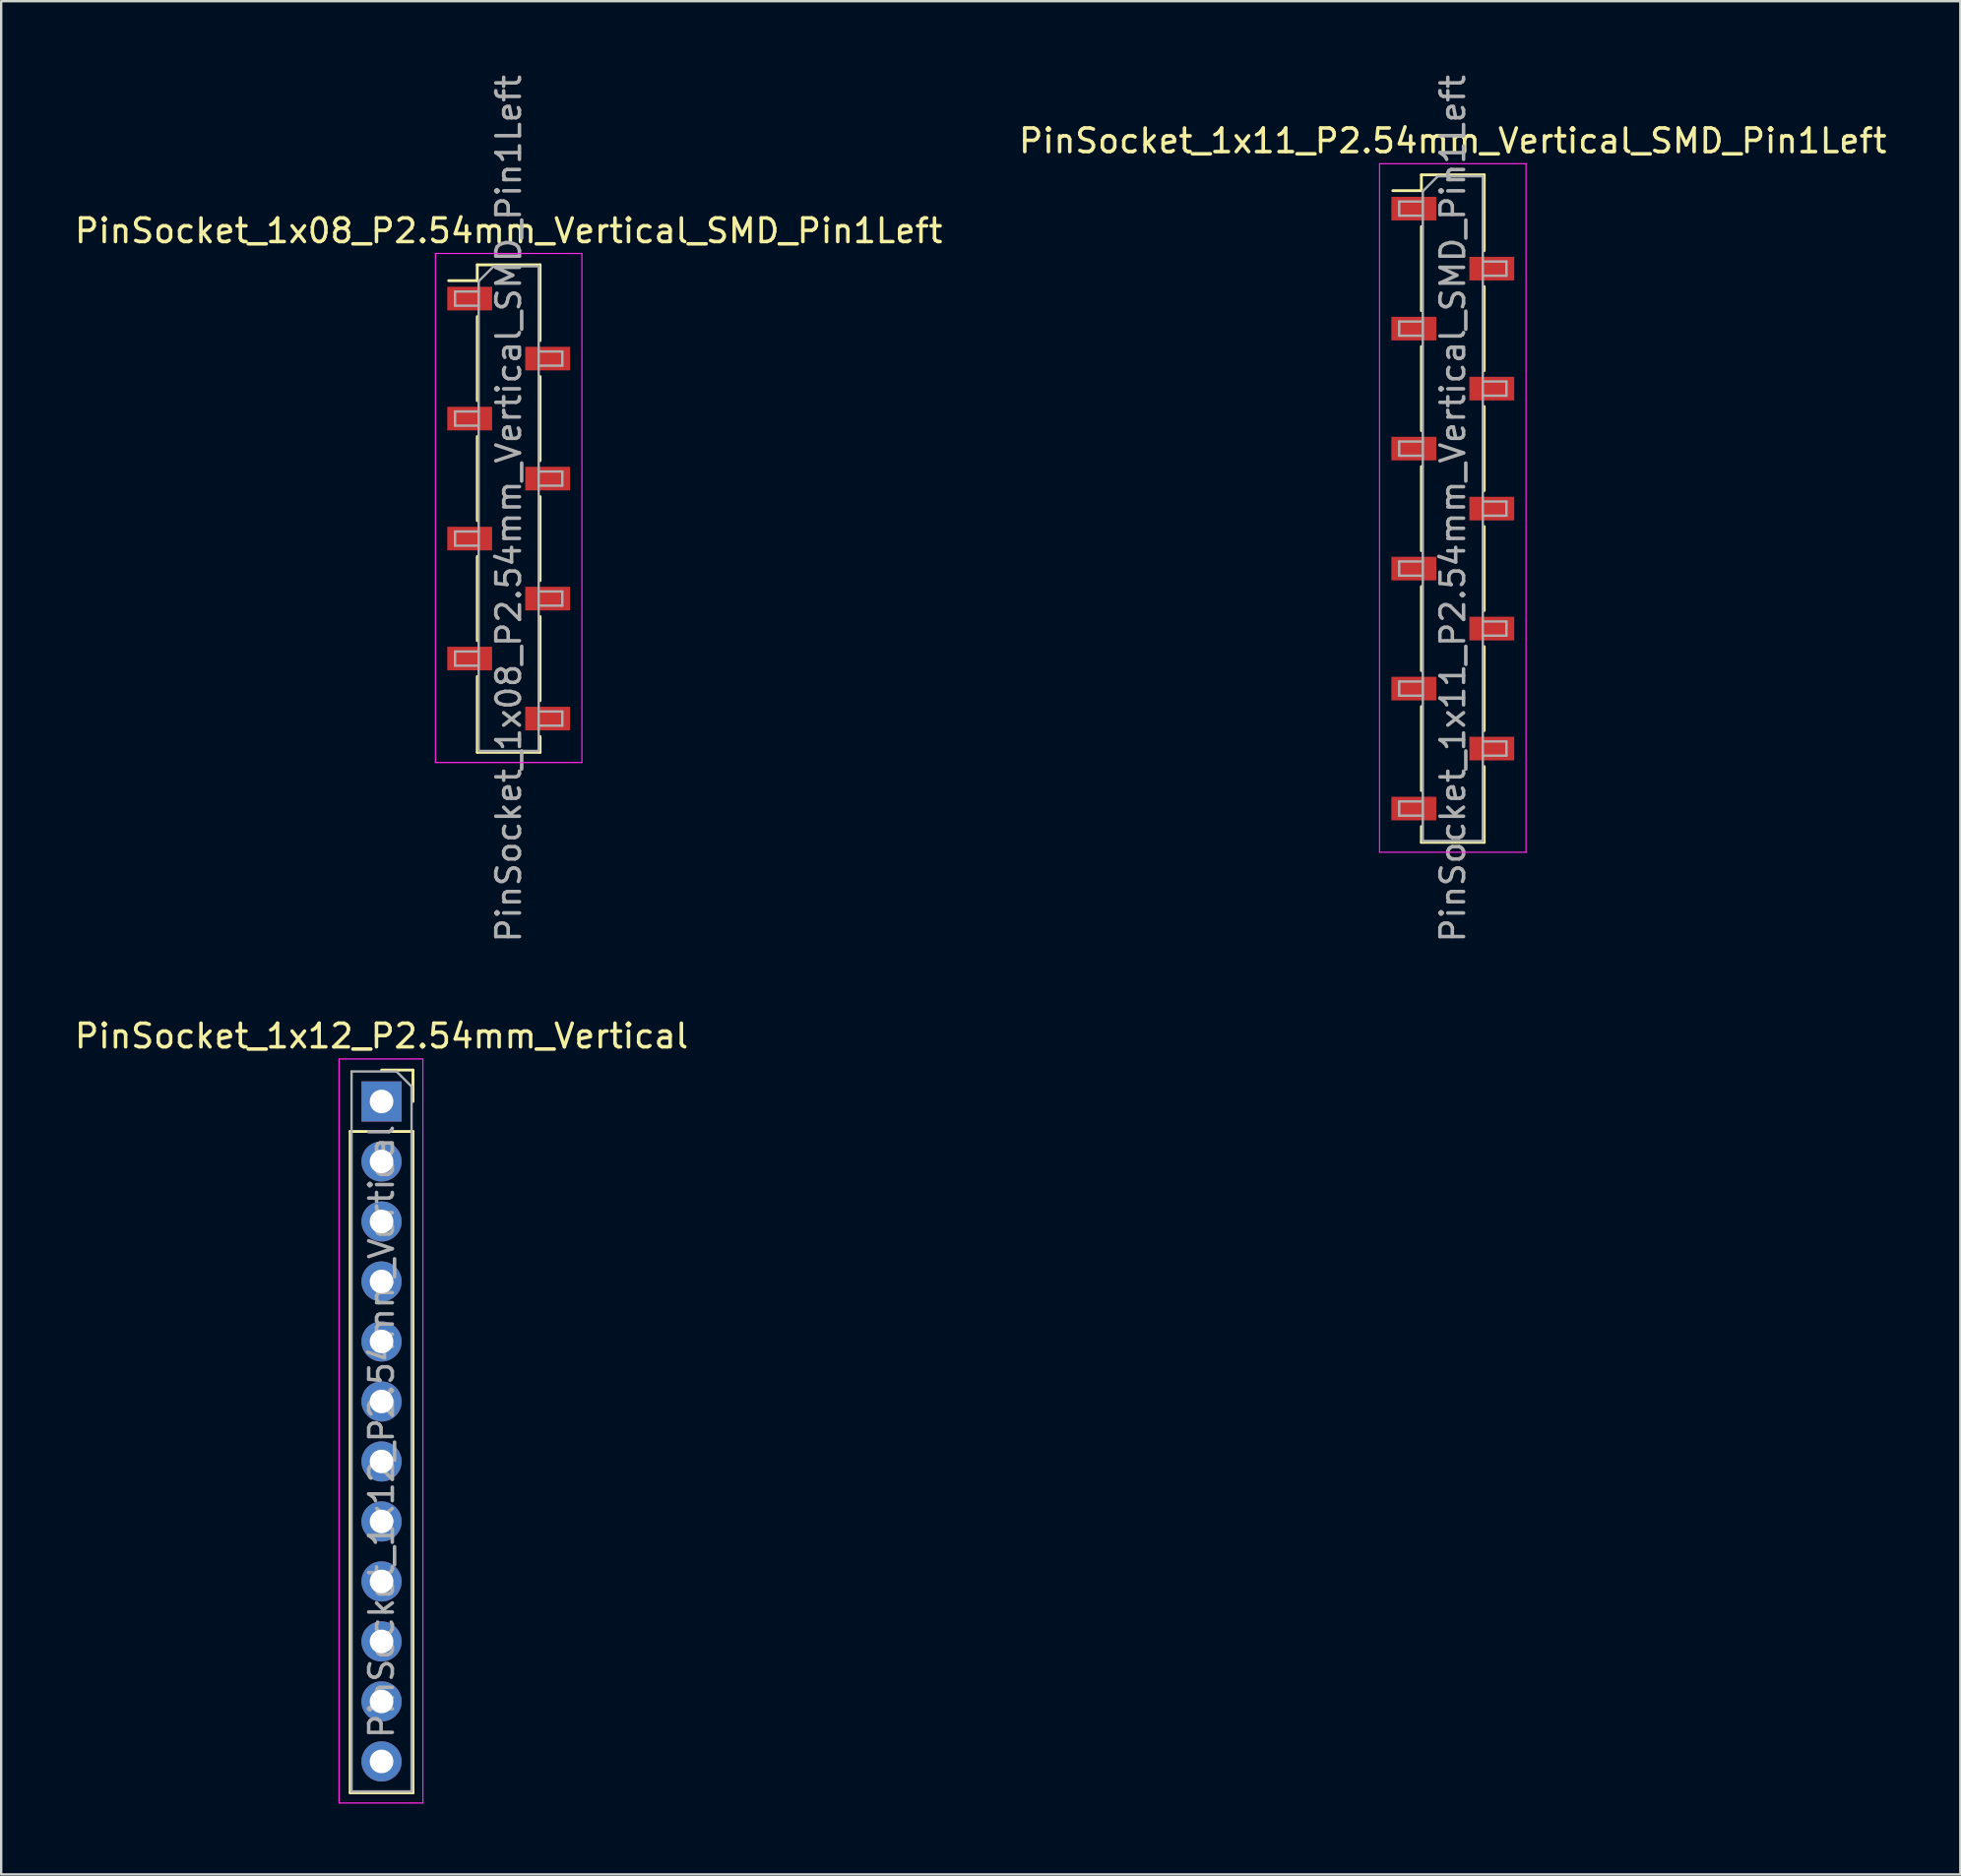
<source format=kicad_pcb>
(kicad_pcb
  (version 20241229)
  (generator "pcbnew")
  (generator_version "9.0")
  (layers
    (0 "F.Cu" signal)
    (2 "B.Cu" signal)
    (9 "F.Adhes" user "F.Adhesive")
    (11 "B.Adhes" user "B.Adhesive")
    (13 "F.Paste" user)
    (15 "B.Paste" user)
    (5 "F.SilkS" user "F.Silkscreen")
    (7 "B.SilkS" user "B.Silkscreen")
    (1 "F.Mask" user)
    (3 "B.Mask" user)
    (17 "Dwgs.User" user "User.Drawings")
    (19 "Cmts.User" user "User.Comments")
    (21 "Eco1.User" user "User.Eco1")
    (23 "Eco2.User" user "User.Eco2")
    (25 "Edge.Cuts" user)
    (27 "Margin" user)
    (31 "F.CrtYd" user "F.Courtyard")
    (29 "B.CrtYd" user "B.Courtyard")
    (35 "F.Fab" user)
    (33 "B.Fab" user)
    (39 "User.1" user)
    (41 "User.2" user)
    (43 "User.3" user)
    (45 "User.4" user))
  (footprint "PinSocket_1x08_P2.54mm_Vertical_SMD_Pin1Left"
    (layer "F.Cu")
    (at 18.482 18.482)
    (property "Reference" "PinSocket_1x08_P2.54mm_Vertical_SMD_Pin1Left" (at 0 -11.76 0) (layer "F.SilkS") (effects (font (size 1 1) (thickness 0.15))))
    (attr smd)
    (fp_line (start -2.54 -9.65) (end -1.33 -9.65) (stroke (width 0.12) (type solid)) (layer "F.SilkS"))
    (fp_line (start -1.33 -10.32) (end -1.33 -9.65) (stroke (width 0.12) (type solid)) (layer "F.SilkS"))
    (fp_line (start -1.33 -10.32) (end 1.33 -10.32) (stroke (width 0.12) (type solid)) (layer "F.SilkS"))
    (fp_line (start -1.33 -8.13) (end -1.33 -4.57) (stroke (width 0.12) (type solid)) (layer "F.SilkS"))
    (fp_line (start -1.33 -3.05) (end -1.33 0.51) (stroke (width 0.12) (type solid)) (layer "F.SilkS"))
    (fp_line (start -1.33 2.03) (end -1.33 5.59) (stroke (width 0.12) (type solid)) (layer "F.SilkS"))
    (fp_line (start -1.33 7.11) (end -1.33 10.32) (stroke (width 0.12) (type solid)) (layer "F.SilkS"))
    (fp_line (start -1.33 10.32) (end 1.33 10.32) (stroke (width 0.12) (type solid)) (layer "F.SilkS"))
    (fp_line (start 1.33 -10.32) (end 1.33 -7.11) (stroke (width 0.12) (type solid)) (layer "F.SilkS"))
    (fp_line (start 1.33 -5.59) (end 1.33 -2.03) (stroke (width 0.12) (type solid)) (layer "F.SilkS"))
    (fp_line (start 1.33 -0.51) (end 1.33 3.05) (stroke (width 0.12) (type solid)) (layer "F.SilkS"))
    (fp_line (start 1.33 4.57) (end 1.33 8.13) (stroke (width 0.12) (type solid)) (layer "F.SilkS"))
    (fp_line (start 1.33 9.65) (end 1.33 10.32) (stroke (width 0.12) (type solid)) (layer "F.SilkS"))
    (fp_line (start -3.1 -10.8) (end 3.1 -10.8) (stroke (width 0.05) (type solid)) (layer "F.CrtYd"))
    (fp_line (start -3.1 10.75) (end -3.1 -10.8) (stroke (width 0.05) (type solid)) (layer "F.CrtYd"))
    (fp_line (start 3.1 -10.8) (end 3.1 10.75) (stroke (width 0.05) (type solid)) (layer "F.CrtYd"))
    (fp_line (start 3.1 10.75) (end -3.1 10.75) (stroke (width 0.05) (type solid)) (layer "F.CrtYd"))
    (fp_line (start -2.27 -9.19) (end -1.27 -9.19) (stroke (width 0.1) (type solid)) (layer "F.Fab"))
    (fp_line (start -2.27 -8.59) (end -2.27 -9.19) (stroke (width 0.1) (type solid)) (layer "F.Fab"))
    (fp_line (start -2.27 -4.11) (end -1.27 -4.11) (stroke (width 0.1) (type solid)) (layer "F.Fab"))
    (fp_line (start -2.27 -3.51) (end -2.27 -4.11) (stroke (width 0.1) (type solid)) (layer "F.Fab"))
    (fp_line (start -2.27 0.97) (end -1.27 0.97) (stroke (width 0.1) (type solid)) (layer "F.Fab"))
    (fp_line (start -2.27 1.57) (end -2.27 0.97) (stroke (width 0.1) (type solid)) (layer "F.Fab"))
    (fp_line (start -2.27 6.05) (end -1.27 6.05) (stroke (width 0.1) (type solid)) (layer "F.Fab"))
    (fp_line (start -2.27 6.65) (end -2.27 6.05) (stroke (width 0.1) (type solid)) (layer "F.Fab"))
    (fp_line (start -1.27 -9.625) (end -0.635 -10.26) (stroke (width 0.1) (type solid)) (layer "F.Fab"))
    (fp_line (start -1.27 -8.59) (end -2.27 -8.59) (stroke (width 0.1) (type solid)) (layer "F.Fab"))
    (fp_line (start -1.27 -3.51) (end -2.27 -3.51) (stroke (width 0.1) (type solid)) (layer "F.Fab"))
    (fp_line (start -1.27 1.57) (end -2.27 1.57) (stroke (width 0.1) (type solid)) (layer "F.Fab"))
    (fp_line (start -1.27 6.65) (end -2.27 6.65) (stroke (width 0.1) (type solid)) (layer "F.Fab"))
    (fp_line (start -1.27 10.26) (end -1.27 -9.625) (stroke (width 0.1) (type solid)) (layer "F.Fab"))
    (fp_line (start -0.635 -10.26) (end 1.27 -10.26) (stroke (width 0.1) (type solid)) (layer "F.Fab"))
    (fp_line (start 1.27 -10.26) (end 1.27 10.26) (stroke (width 0.1) (type solid)) (layer "F.Fab"))
    (fp_line (start 1.27 -6.65) (end 2.27 -6.65) (stroke (width 0.1) (type solid)) (layer "F.Fab"))
    (fp_line (start 1.27 -1.57) (end 2.27 -1.57) (stroke (width 0.1) (type solid)) (layer "F.Fab"))
    (fp_line (start 1.27 3.51) (end 2.27 3.51) (stroke (width 0.1) (type solid)) (layer "F.Fab"))
    (fp_line (start 1.27 8.59) (end 2.27 8.59) (stroke (width 0.1) (type solid)) (layer "F.Fab"))
    (fp_line (start 1.27 10.26) (end -1.27 10.26) (stroke (width 0.1) (type solid)) (layer "F.Fab"))
    (fp_line (start 2.27 -6.65) (end 2.27 -6.05) (stroke (width 0.1) (type solid)) (layer "F.Fab"))
    (fp_line (start 2.27 -6.05) (end 1.27 -6.05) (stroke (width 0.1) (type solid)) (layer "F.Fab"))
    (fp_line (start 2.27 -1.57) (end 2.27 -0.97) (stroke (width 0.1) (type solid)) (layer "F.Fab"))
    (fp_line (start 2.27 -0.97) (end 1.27 -0.97) (stroke (width 0.1) (type solid)) (layer "F.Fab"))
    (fp_line (start 2.27 3.51) (end 2.27 4.11) (stroke (width 0.1) (type solid)) (layer "F.Fab"))
    (fp_line (start 2.27 4.11) (end 1.27 4.11) (stroke (width 0.1) (type solid)) (layer "F.Fab"))
    (fp_line (start 2.27 8.59) (end 2.27 9.19) (stroke (width 0.1) (type solid)) (layer "F.Fab"))
    (fp_line (start 2.27 9.19) (end 1.27 9.19) (stroke (width 0.1) (type solid)) (layer "F.Fab"))
    (fp_text user "${REFERENCE}" (at 0 0 90) (layer "F.Fab") (effects (font (size 1 1) (thickness 0.15))))
    (pad "1" smd rect (at -1.65 -8.89) (size 1.9 1) (layers "F.Cu" "F.Mask" "F.Paste"))
    (pad "2" smd rect (at 1.65 -6.35) (size 1.9 1) (layers "F.Cu" "F.Mask" "F.Paste"))
    (pad "3" smd rect (at -1.65 -3.81) (size 1.9 1) (layers "F.Cu" "F.Mask" "F.Paste"))
    (pad "4" smd rect (at 1.65 -1.27) (size 1.9 1) (layers "F.Cu" "F.Mask" "F.Paste"))
    (pad "5" smd rect (at -1.65 1.27) (size 1.9 1) (layers "F.Cu" "F.Mask" "F.Paste"))
    (pad "6" smd rect (at 1.65 3.81) (size 1.9 1) (layers "F.Cu" "F.Mask" "F.Paste"))
    (pad "7" smd rect (at -1.65 6.35) (size 1.9 1) (layers "F.Cu" "F.Mask" "F.Paste"))
    (pad "8" smd rect (at 1.65 8.89) (size 1.9 1) (layers "F.Cu" "F.Mask" "F.Paste")))
  (footprint "PinSocket_1x11_P2.54mm_Vertical_SMD_Pin1Left"
    (layer "F.Cu")
    (at 58.446 18.482)
    (property "Reference" "PinSocket_1x11_P2.54mm_Vertical_SMD_Pin1Left" (at 0 -15.57 0) (layer "F.SilkS") (effects (font (size 1 1) (thickness 0.15))))
    (attr smd)
    (fp_line (start -2.54 -13.46) (end -1.33 -13.46) (stroke (width 0.12) (type solid)) (layer "F.SilkS"))
    (fp_line (start -1.33 -14.13) (end -1.33 -13.46) (stroke (width 0.12) (type solid)) (layer "F.SilkS"))
    (fp_line (start -1.33 -14.13) (end 1.33 -14.13) (stroke (width 0.12) (type solid)) (layer "F.SilkS"))
    (fp_line (start -1.33 -11.94) (end -1.33 -8.38) (stroke (width 0.12) (type solid)) (layer "F.SilkS"))
    (fp_line (start -1.33 -6.86) (end -1.33 -3.3) (stroke (width 0.12) (type solid)) (layer "F.SilkS"))
    (fp_line (start -1.33 -1.78) (end -1.33 1.78) (stroke (width 0.12) (type solid)) (layer "F.SilkS"))
    (fp_line (start -1.33 3.3) (end -1.33 6.86) (stroke (width 0.12) (type solid)) (layer "F.SilkS"))
    (fp_line (start -1.33 8.38) (end -1.33 11.94) (stroke (width 0.12) (type solid)) (layer "F.SilkS"))
    (fp_line (start -1.33 13.46) (end -1.33 14.13) (stroke (width 0.12) (type solid)) (layer "F.SilkS"))
    (fp_line (start -1.33 14.13) (end 1.33 14.13) (stroke (width 0.12) (type solid)) (layer "F.SilkS"))
    (fp_line (start 1.33 -14.13) (end 1.33 -10.92) (stroke (width 0.12) (type solid)) (layer "F.SilkS"))
    (fp_line (start 1.33 -9.4) (end 1.33 -5.84) (stroke (width 0.12) (type solid)) (layer "F.SilkS"))
    (fp_line (start 1.33 -4.32) (end 1.33 -0.76) (stroke (width 0.12) (type solid)) (layer "F.SilkS"))
    (fp_line (start 1.33 0.76) (end 1.33 4.32) (stroke (width 0.12) (type solid)) (layer "F.SilkS"))
    (fp_line (start 1.33 5.84) (end 1.33 9.4) (stroke (width 0.12) (type solid)) (layer "F.SilkS"))
    (fp_line (start 1.33 10.92) (end 1.33 14.13) (stroke (width 0.12) (type solid)) (layer "F.SilkS"))
    (fp_line (start -3.1 -14.6) (end 3.1 -14.6) (stroke (width 0.05) (type solid)) (layer "F.CrtYd"))
    (fp_line (start -3.1 14.55) (end -3.1 -14.6) (stroke (width 0.05) (type solid)) (layer "F.CrtYd"))
    (fp_line (start 3.1 -14.6) (end 3.1 14.55) (stroke (width 0.05) (type solid)) (layer "F.CrtYd"))
    (fp_line (start 3.1 14.55) (end -3.1 14.55) (stroke (width 0.05) (type solid)) (layer "F.CrtYd"))
    (fp_line (start -2.27 -13) (end -1.27 -13) (stroke (width 0.1) (type solid)) (layer "F.Fab"))
    (fp_line (start -2.27 -12.4) (end -2.27 -13) (stroke (width 0.1) (type solid)) (layer "F.Fab"))
    (fp_line (start -2.27 -7.92) (end -1.27 -7.92) (stroke (width 0.1) (type solid)) (layer "F.Fab"))
    (fp_line (start -2.27 -7.32) (end -2.27 -7.92) (stroke (width 0.1) (type solid)) (layer "F.Fab"))
    (fp_line (start -2.27 -2.84) (end -1.27 -2.84) (stroke (width 0.1) (type solid)) (layer "F.Fab"))
    (fp_line (start -2.27 -2.24) (end -2.27 -2.84) (stroke (width 0.1) (type solid)) (layer "F.Fab"))
    (fp_line (start -2.27 2.24) (end -1.27 2.24) (stroke (width 0.1) (type solid)) (layer "F.Fab"))
    (fp_line (start -2.27 2.84) (end -2.27 2.24) (stroke (width 0.1) (type solid)) (layer "F.Fab"))
    (fp_line (start -2.27 7.32) (end -1.27 7.32) (stroke (width 0.1) (type solid)) (layer "F.Fab"))
    (fp_line (start -2.27 7.92) (end -2.27 7.32) (stroke (width 0.1) (type solid)) (layer "F.Fab"))
    (fp_line (start -2.27 12.4) (end -1.27 12.4) (stroke (width 0.1) (type solid)) (layer "F.Fab"))
    (fp_line (start -2.27 13) (end -2.27 12.4) (stroke (width 0.1) (type solid)) (layer "F.Fab"))
    (fp_line (start -1.27 -13.435) (end -0.635 -14.07) (stroke (width 0.1) (type solid)) (layer "F.Fab"))
    (fp_line (start -1.27 -12.4) (end -2.27 -12.4) (stroke (width 0.1) (type solid)) (layer "F.Fab"))
    (fp_line (start -1.27 -7.32) (end -2.27 -7.32) (stroke (width 0.1) (type solid)) (layer "F.Fab"))
    (fp_line (start -1.27 -2.24) (end -2.27 -2.24) (stroke (width 0.1) (type solid)) (layer "F.Fab"))
    (fp_line (start -1.27 2.84) (end -2.27 2.84) (stroke (width 0.1) (type solid)) (layer "F.Fab"))
    (fp_line (start -1.27 7.92) (end -2.27 7.92) (stroke (width 0.1) (type solid)) (layer "F.Fab"))
    (fp_line (start -1.27 13) (end -2.27 13) (stroke (width 0.1) (type solid)) (layer "F.Fab"))
    (fp_line (start -1.27 14.07) (end -1.27 -13.435) (stroke (width 0.1) (type solid)) (layer "F.Fab"))
    (fp_line (start -0.635 -14.07) (end 1.27 -14.07) (stroke (width 0.1) (type solid)) (layer "F.Fab"))
    (fp_line (start 1.27 -14.07) (end 1.27 14.07) (stroke (width 0.1) (type solid)) (layer "F.Fab"))
    (fp_line (start 1.27 -10.46) (end 2.27 -10.46) (stroke (width 0.1) (type solid)) (layer "F.Fab"))
    (fp_line (start 1.27 -5.38) (end 2.27 -5.38) (stroke (width 0.1) (type solid)) (layer "F.Fab"))
    (fp_line (start 1.27 -0.3) (end 2.27 -0.3) (stroke (width 0.1) (type solid)) (layer "F.Fab"))
    (fp_line (start 1.27 4.78) (end 2.27 4.78) (stroke (width 0.1) (type solid)) (layer "F.Fab"))
    (fp_line (start 1.27 9.86) (end 2.27 9.86) (stroke (width 0.1) (type solid)) (layer "F.Fab"))
    (fp_line (start 1.27 14.07) (end -1.27 14.07) (stroke (width 0.1) (type solid)) (layer "F.Fab"))
    (fp_line (start 2.27 -10.46) (end 2.27 -9.86) (stroke (width 0.1) (type solid)) (layer "F.Fab"))
    (fp_line (start 2.27 -9.86) (end 1.27 -9.86) (stroke (width 0.1) (type solid)) (layer "F.Fab"))
    (fp_line (start 2.27 -5.38) (end 2.27 -4.78) (stroke (width 0.1) (type solid)) (layer "F.Fab"))
    (fp_line (start 2.27 -4.78) (end 1.27 -4.78) (stroke (width 0.1) (type solid)) (layer "F.Fab"))
    (fp_line (start 2.27 -0.3) (end 2.27 0.3) (stroke (width 0.1) (type solid)) (layer "F.Fab"))
    (fp_line (start 2.27 0.3) (end 1.27 0.3) (stroke (width 0.1) (type solid)) (layer "F.Fab"))
    (fp_line (start 2.27 4.78) (end 2.27 5.38) (stroke (width 0.1) (type solid)) (layer "F.Fab"))
    (fp_line (start 2.27 5.38) (end 1.27 5.38) (stroke (width 0.1) (type solid)) (layer "F.Fab"))
    (fp_line (start 2.27 9.86) (end 2.27 10.46) (stroke (width 0.1) (type solid)) (layer "F.Fab"))
    (fp_line (start 2.27 10.46) (end 1.27 10.46) (stroke (width 0.1) (type solid)) (layer "F.Fab"))
    (fp_text user "${REFERENCE}" (at 0 0 90) (layer "F.Fab") (effects (font (size 1 1) (thickness 0.15))))
    (pad "1" smd rect (at -1.65 -12.7) (size 1.9 1) (layers "F.Cu" "F.Mask" "F.Paste"))
    (pad "2" smd rect (at 1.65 -10.16) (size 1.9 1) (layers "F.Cu" "F.Mask" "F.Paste"))
    (pad "3" smd rect (at -1.65 -7.62) (size 1.9 1) (layers "F.Cu" "F.Mask" "F.Paste"))
    (pad "4" smd rect (at 1.65 -5.08) (size 1.9 1) (layers "F.Cu" "F.Mask" "F.Paste"))
    (pad "5" smd rect (at -1.65 -2.54) (size 1.9 1) (layers "F.Cu" "F.Mask" "F.Paste"))
    (pad "6" smd rect (at 1.65 0) (size 1.9 1) (layers "F.Cu" "F.Mask" "F.Paste"))
    (pad "7" smd rect (at -1.65 2.54) (size 1.9 1) (layers "F.Cu" "F.Mask" "F.Paste"))
    (pad "8" smd rect (at 1.65 5.08) (size 1.9 1) (layers "F.Cu" "F.Mask" "F.Paste"))
    (pad "9" smd rect (at -1.65 7.62) (size 1.9 1) (layers "F.Cu" "F.Mask" "F.Paste"))
    (pad "10" smd rect (at 1.65 10.16) (size 1.9 1) (layers "F.Cu" "F.Mask" "F.Paste"))
    (pad "11" smd rect (at -1.65 12.7) (size 1.9 1) (layers "F.Cu" "F.Mask" "F.Paste")))
  (footprint "PinSocket_1x12_P2.54mm_Vertical"
    (layer "F.Cu")
    (at 13.101 43.583)
    (property "Reference" "PinSocket_1x12_P2.54mm_Vertical" (at 0 -2.77 0) (layer "F.SilkS") (effects (font (size 1 1) (thickness 0.15))))
    (attr through_hole)
    (fp_line (start -1.33 1.27) (end -1.33 29.27) (stroke (width 0.12) (type solid)) (layer "F.SilkS"))
    (fp_line (start -1.33 1.27) (end 1.33 1.27) (stroke (width 0.12) (type solid)) (layer "F.SilkS"))
    (fp_line (start -1.33 29.27) (end 1.33 29.27) (stroke (width 0.12) (type solid)) (layer "F.SilkS"))
    (fp_line (start 0 -1.33) (end 1.33 -1.33) (stroke (width 0.12) (type solid)) (layer "F.SilkS"))
    (fp_line (start 1.33 -1.33) (end 1.33 0) (stroke (width 0.12) (type solid)) (layer "F.SilkS"))
    (fp_line (start 1.33 1.27) (end 1.33 29.27) (stroke (width 0.12) (type solid)) (layer "F.SilkS"))
    (fp_line (start -1.8 -1.8) (end 1.75 -1.8) (stroke (width 0.05) (type solid)) (layer "F.CrtYd"))
    (fp_line (start -1.8 29.7) (end -1.8 -1.8) (stroke (width 0.05) (type solid)) (layer "F.CrtYd"))
    (fp_line (start 1.75 -1.8) (end 1.75 29.7) (stroke (width 0.05) (type solid)) (layer "F.CrtYd"))
    (fp_line (start 1.75 29.7) (end -1.8 29.7) (stroke (width 0.05) (type solid)) (layer "F.CrtYd"))
    (fp_line (start -1.27 -1.27) (end 0.635 -1.27) (stroke (width 0.1) (type solid)) (layer "F.Fab"))
    (fp_line (start -1.27 29.21) (end -1.27 -1.27) (stroke (width 0.1) (type solid)) (layer "F.Fab"))
    (fp_line (start 0.635 -1.27) (end 1.27 -0.635) (stroke (width 0.1) (type solid)) (layer "F.Fab"))
    (fp_line (start 1.27 -0.635) (end 1.27 29.21) (stroke (width 0.1) (type solid)) (layer "F.Fab"))
    (fp_line (start 1.27 29.21) (end -1.27 29.21) (stroke (width 0.1) (type solid)) (layer "F.Fab"))
    (fp_text user "${REFERENCE}" (at 0 13.97 90) (layer "F.Fab") (effects (font (size 1 1) (thickness 0.15))))
    (pad "1" thru_hole rect (at 0 0) (size 1.7 1.7) (drill 1) (layers "*.Cu" "*.Mask"))
    (pad "2" thru_hole oval (at 0 2.54) (size 1.7 1.7) (drill 1) (layers "*.Cu" "*.Mask"))
    (pad "3" thru_hole oval (at 0 5.08) (size 1.7 1.7) (drill 1) (layers "*.Cu" "*.Mask"))
    (pad "4" thru_hole oval (at 0 7.62) (size 1.7 1.7) (drill 1) (layers "*.Cu" "*.Mask"))
    (pad "5" thru_hole oval (at 0 10.16) (size 1.7 1.7) (drill 1) (layers "*.Cu" "*.Mask"))
    (pad "6" thru_hole oval (at 0 12.7) (size 1.7 1.7) (drill 1) (layers "*.Cu" "*.Mask"))
    (pad "7" thru_hole oval (at 0 15.24) (size 1.7 1.7) (drill 1) (layers "*.Cu" "*.Mask"))
    (pad "8" thru_hole oval (at 0 17.78) (size 1.7 1.7) (drill 1) (layers "*.Cu" "*.Mask"))
    (pad "9" thru_hole oval (at 0 20.32) (size 1.7 1.7) (drill 1) (layers "*.Cu" "*.Mask"))
    (pad "10" thru_hole oval (at 0 22.86) (size 1.7 1.7) (drill 1) (layers "*.Cu" "*.Mask"))
    (pad "11" thru_hole oval (at 0 25.4) (size 1.7 1.7) (drill 1) (layers "*.Cu" "*.Mask"))
    (pad "12" thru_hole oval (at 0 27.94) (size 1.7 1.7) (drill 1) (layers "*.Cu" "*.Mask")))
  (gr_rect
    (start -3 -3)
    (end 79.929 76.308)
    (stroke (width 0.1) (type default))
    (fill no)
    (layer "Edge.Cuts")))
</source>
